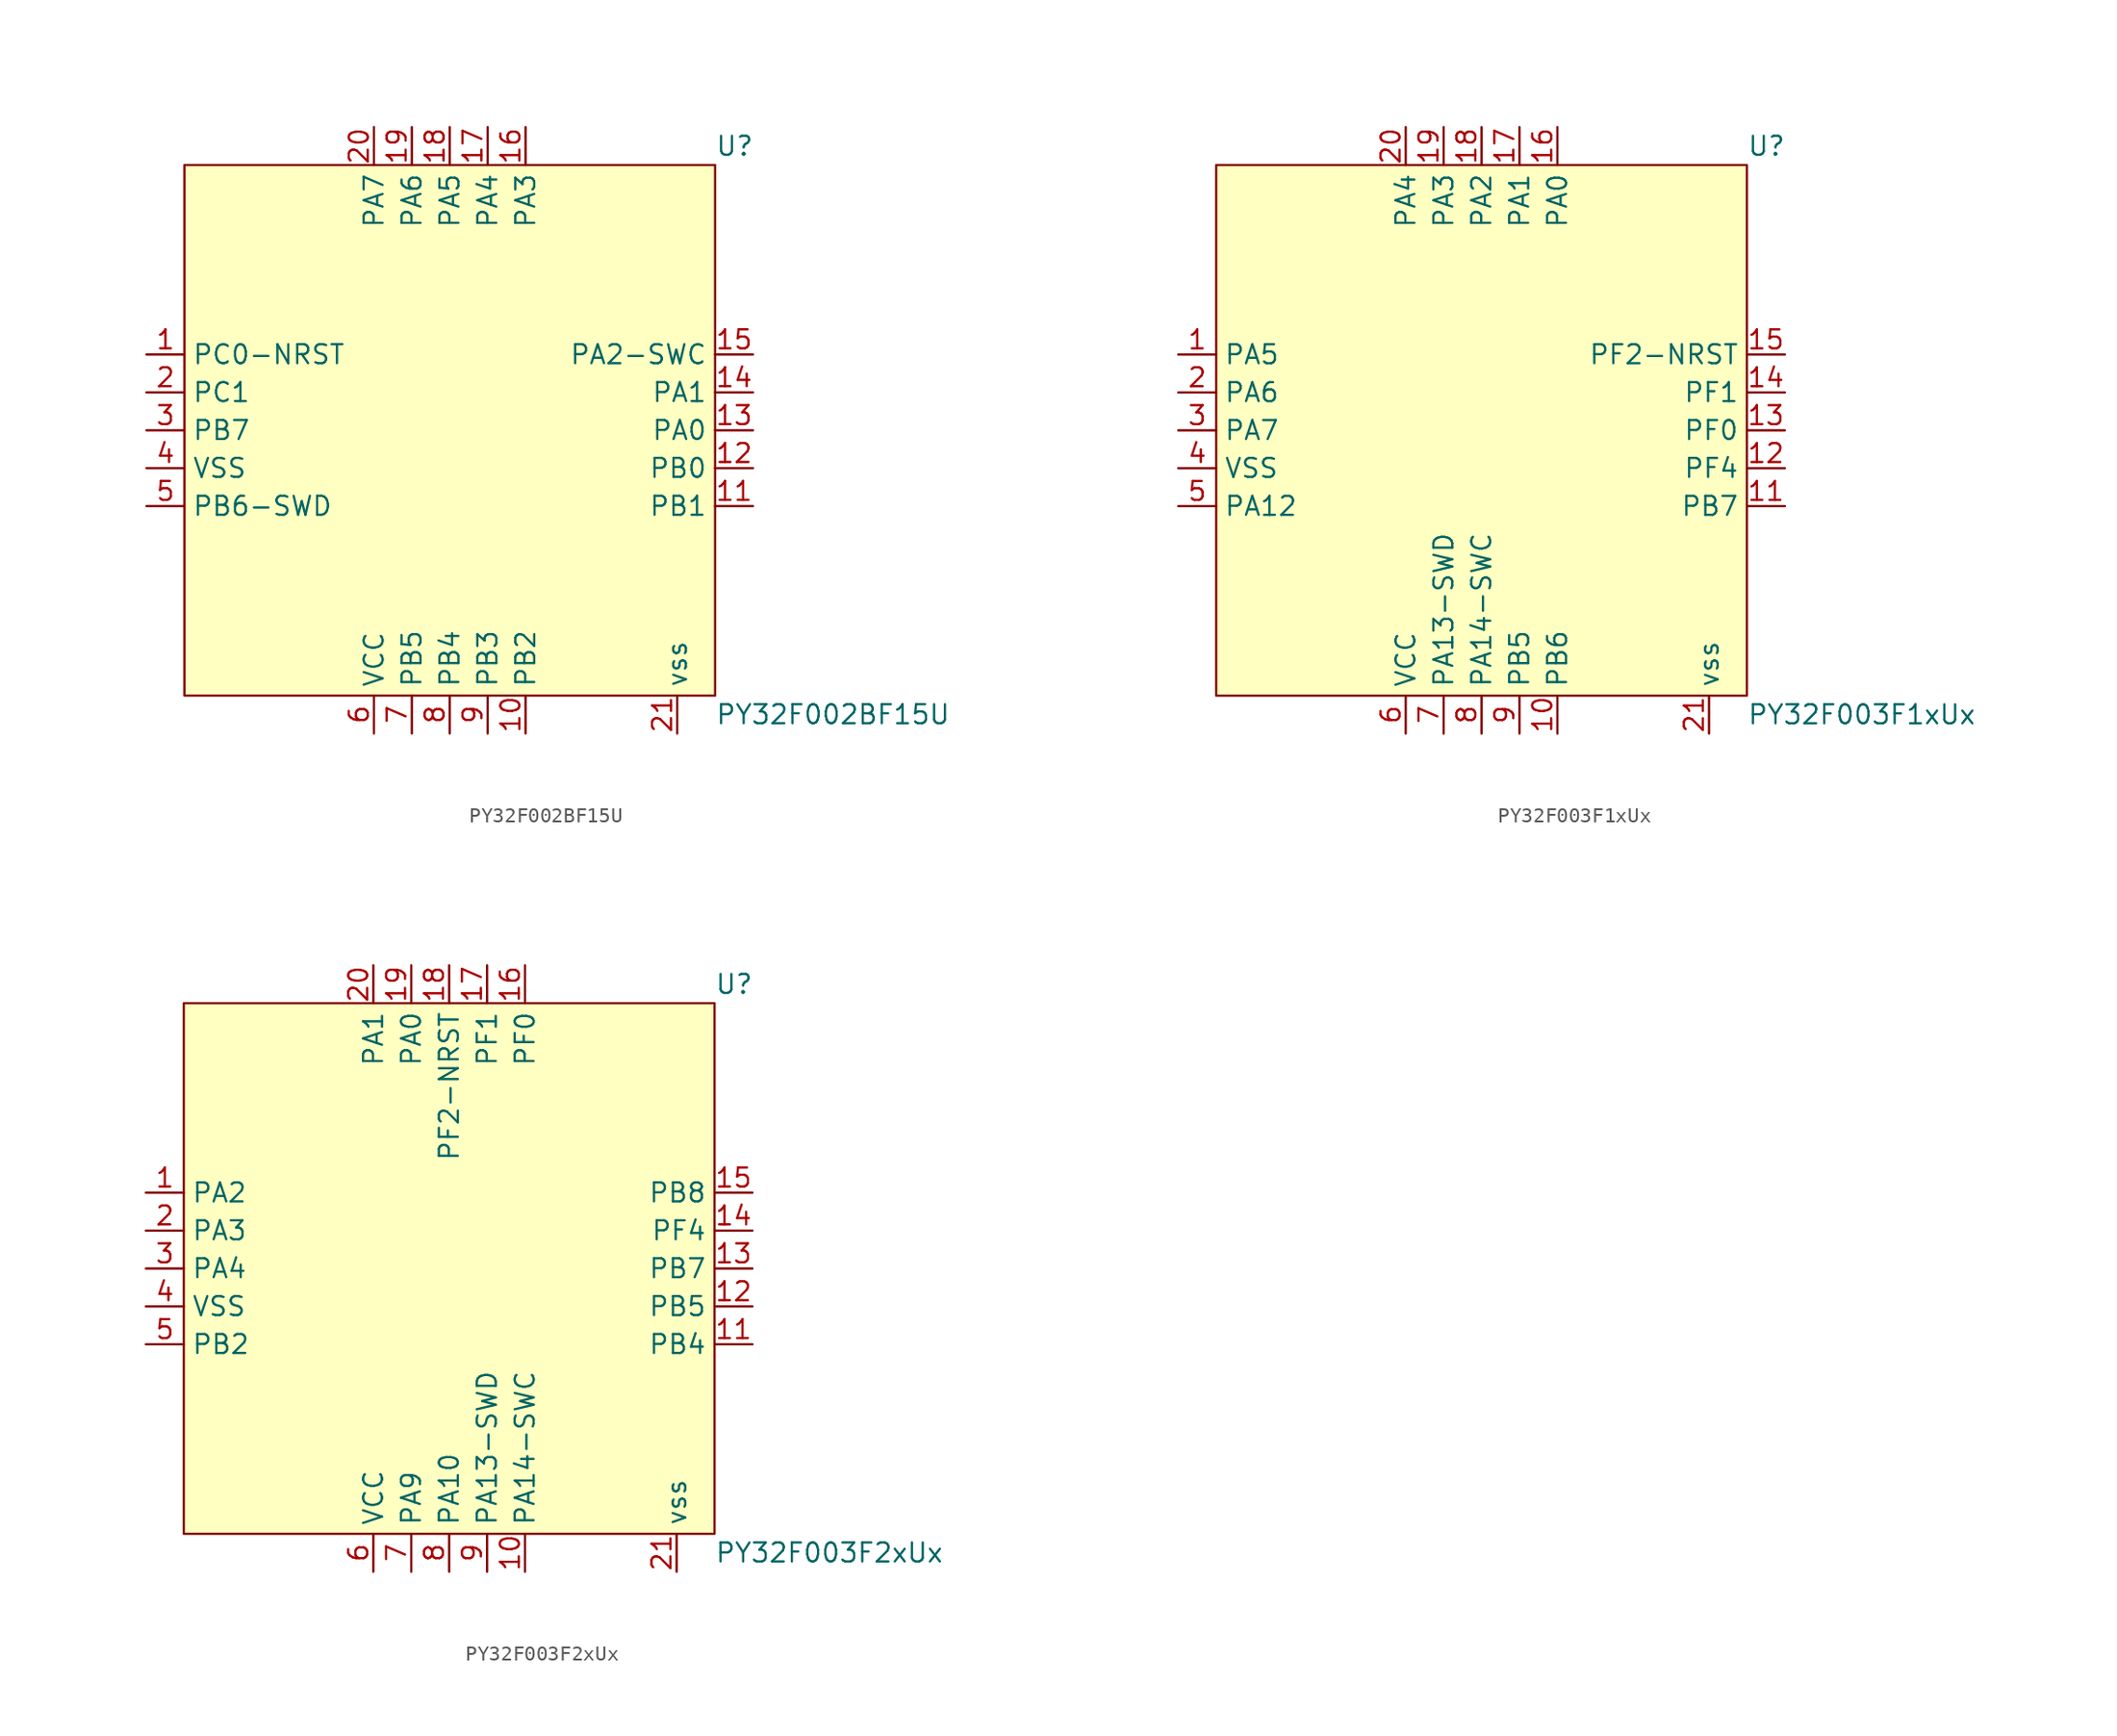
<source format=kicad_sym>
(kicad_symbol_lib
  (version 20241209)
  (generator "kicad_symbol_editor")
  (generator_version "9.0")
  (symbol "PY32F002BF15U"
    (property "Reference" "U"
      (at 17.78 19.05 0)
      (effects (font (size 1.27 1.27)) (justify left)))
    (property "Value" "PY32F002BF15U"
      (at 17.78 -19.05 0)
      (effects (font (size 1.27 1.27)) (justify left)))
    (symbol "PY32F002BF15U_0_0"
      (pin unspecified line (at -20.32 5.08 0) (length 2.54) (name "PC0-NRST" (effects (font (size 1.27 1.27)))) (number "1" (effects (font (size 1.27 1.27)))))
      (pin unspecified line (at -20.32 2.54 0) (length 2.54) (name "PC1" (effects (font (size 1.27 1.27)))) (number "2" (effects (font (size 1.27 1.27)))))
      (pin unspecified line (at -20.32 0 0) (length 2.54) (name "PB7" (effects (font (size 1.27 1.27)))) (number "3" (effects (font (size 1.27 1.27)))))
      (pin unspecified line (at -20.32 -2.54 0) (length 2.54) (name "VSS" (effects (font (size 1.27 1.27)))) (number "4" (effects (font (size 1.27 1.27)))))
      (pin unspecified line (at -20.32 -5.08 0) (length 2.54) (name "PB6-SWD" (effects (font (size 1.27 1.27)))) (number "5" (effects (font (size 1.27 1.27)))))
      (pin unspecified line (at -5.08 20.32 270) (length 2.54) (name "PA7" (effects (font (size 1.27 1.27)))) (number "20" (effects (font (size 1.27 1.27)))))
      (pin unspecified line (at -5.08 -20.32 90) (length 2.54) (name "VCC" (effects (font (size 1.27 1.27)))) (number "6" (effects (font (size 1.27 1.27)))))
      (pin unspecified line (at -2.54 20.32 270) (length 2.54) (name "PA6" (effects (font (size 1.27 1.27)))) (number "19" (effects (font (size 1.27 1.27)))))
      (pin unspecified line (at -2.54 -20.32 90) (length 2.54) (name "PB5" (effects (font (size 1.27 1.27)))) (number "7" (effects (font (size 1.27 1.27)))))
      (pin unspecified line (at 0 20.32 270) (length 2.54) (name "PA5" (effects (font (size 1.27 1.27)))) (number "18" (effects (font (size 1.27 1.27)))))
      (pin unspecified line (at 0 -20.32 90) (length 2.54) (name "PB4" (effects (font (size 1.27 1.27)))) (number "8" (effects (font (size 1.27 1.27)))))
      (pin unspecified line (at 2.54 20.32 270) (length 2.54) (name "PA4" (effects (font (size 1.27 1.27)))) (number "17" (effects (font (size 1.27 1.27)))))
      (pin unspecified line (at 2.54 -20.32 90) (length 2.54) (name "PB3" (effects (font (size 1.27 1.27)))) (number "9" (effects (font (size 1.27 1.27)))))
      (pin unspecified line (at 5.08 20.32 270) (length 2.54) (name "PA3" (effects (font (size 1.27 1.27)))) (number "16" (effects (font (size 1.27 1.27)))))
      (pin unspecified line (at 5.08 -20.32 90) (length 2.54) (name "PB2" (effects (font (size 1.27 1.27)))) (number "10" (effects (font (size 1.27 1.27)))))
      (pin unspecified line (at 20.32 5.08 180) (length 2.54) (name "PA2-SWC" (effects (font (size 1.27 1.27)))) (number "15" (effects (font (size 1.27 1.27)))))
      (pin unspecified line (at 20.32 2.54 180) (length 2.54) (name "PA1" (effects (font (size 1.27 1.27)))) (number "14" (effects (font (size 1.27 1.27)))))
      (pin unspecified line (at 20.32 0 180) (length 2.54) (name "PA0" (effects (font (size 1.27 1.27)))) (number "13" (effects (font (size 1.27 1.27)))))
      (pin unspecified line (at 20.32 -2.54 180) (length 2.54) (name "PB0" (effects (font (size 1.27 1.27)))) (number "12" (effects (font (size 1.27 1.27)))))
      (pin unspecified line (at 20.32 -5.08 180) (length 2.54) (name "PB1" (effects (font (size 1.27 1.27)))) (number "11" (effects (font (size 1.27 1.27))))))
    (symbol "PY32F002BF15U_1_0"
      (pin unspecified line (at 15.24 -20.32 90) (length 2.54) (name "vss" (effects (font (size 1.27 1.27)))) (number "21" (effects (font (size 1.27 1.27))))))
    (symbol "PY32F002BF15U_1_1"
      (rectangle (start -17.78 17.78) (end 17.78 -17.78) (stroke (width 0) (type solid)) (fill (type background)))))
  (symbol "PY32F003F1xUx"
    (property "Reference" "U"
      (at 17.78 19.05 0)
      (effects (font (size 1.27 1.27)) (justify left)))
    (property "Value" "PY32F003F1xUx"
      (at 17.78 -19.05 0)
      (effects (font (size 1.27 1.27)) (justify left)))
    (symbol "PY32F003F1xUx_0_0"
      (pin unspecified line (at -20.32 5.08 0) (length 2.54) (name "PA5" (effects (font (size 1.27 1.27)))) (number "1" (effects (font (size 1.27 1.27)))))
      (pin unspecified line (at -20.32 2.54 0) (length 2.54) (name "PA6" (effects (font (size 1.27 1.27)))) (number "2" (effects (font (size 1.27 1.27)))))
      (pin unspecified line (at -20.32 0 0) (length 2.54) (name "PA7" (effects (font (size 1.27 1.27)))) (number "3" (effects (font (size 1.27 1.27)))))
      (pin unspecified line (at -20.32 -2.54 0) (length 2.54) (name "VSS" (effects (font (size 1.27 1.27)))) (number "4" (effects (font (size 1.27 1.27)))))
      (pin unspecified line (at -20.32 -5.08 0) (length 2.54) (name "PA12" (effects (font (size 1.27 1.27)))) (number "5" (effects (font (size 1.27 1.27)))))
      (pin unspecified line (at -5.08 20.32 270) (length 2.54) (name "PA4" (effects (font (size 1.27 1.27)))) (number "20" (effects (font (size 1.27 1.27)))))
      (pin unspecified line (at -5.08 -20.32 90) (length 2.54) (name "VCC" (effects (font (size 1.27 1.27)))) (number "6" (effects (font (size 1.27 1.27)))))
      (pin unspecified line (at -2.54 20.32 270) (length 2.54) (name "PA3" (effects (font (size 1.27 1.27)))) (number "19" (effects (font (size 1.27 1.27)))))
      (pin unspecified line (at -2.54 -20.32 90) (length 2.54) (name "PA13-SWD" (effects (font (size 1.27 1.27)))) (number "7" (effects (font (size 1.27 1.27)))))
      (pin unspecified line (at 0 20.32 270) (length 2.54) (name "PA2" (effects (font (size 1.27 1.27)))) (number "18" (effects (font (size 1.27 1.27)))))
      (pin unspecified line (at 0 -20.32 90) (length 2.54) (name "PA14-SWC" (effects (font (size 1.27 1.27)))) (number "8" (effects (font (size 1.27 1.27)))))
      (pin unspecified line (at 2.54 20.32 270) (length 2.54) (name "PA1" (effects (font (size 1.27 1.27)))) (number "17" (effects (font (size 1.27 1.27)))))
      (pin unspecified line (at 2.54 -20.32 90) (length 2.54) (name "PB5" (effects (font (size 1.27 1.27)))) (number "9" (effects (font (size 1.27 1.27)))))
      (pin unspecified line (at 5.08 20.32 270) (length 2.54) (name "PA0" (effects (font (size 1.27 1.27)))) (number "16" (effects (font (size 1.27 1.27)))))
      (pin unspecified line (at 5.08 -20.32 90) (length 2.54) (name "PB6" (effects (font (size 1.27 1.27)))) (number "10" (effects (font (size 1.27 1.27)))))
      (pin unspecified line (at 20.32 5.08 180) (length 2.54) (name "PF2-NRST" (effects (font (size 1.27 1.27)))) (number "15" (effects (font (size 1.27 1.27)))))
      (pin unspecified line (at 20.32 2.54 180) (length 2.54) (name "PF1" (effects (font (size 1.27 1.27)))) (number "14" (effects (font (size 1.27 1.27)))))
      (pin unspecified line (at 20.32 0 180) (length 2.54) (name "PF0" (effects (font (size 1.27 1.27)))) (number "13" (effects (font (size 1.27 1.27)))))
      (pin unspecified line (at 20.32 -2.54 180) (length 2.54) (name "PF4" (effects (font (size 1.27 1.27)))) (number "12" (effects (font (size 1.27 1.27)))))
      (pin unspecified line (at 20.32 -5.08 180) (length 2.54) (name "PB7" (effects (font (size 1.27 1.27)))) (number "11" (effects (font (size 1.27 1.27))))))
    (symbol "PY32F003F1xUx_1_0"
      (pin unspecified line (at 15.24 -20.32 90) (length 2.54) (name "vss" (effects (font (size 1.27 1.27)))) (number "21" (effects (font (size 1.27 1.27))))))
    (symbol "PY32F003F1xUx_1_1"
      (rectangle (start -17.78 17.78) (end 17.78 -17.78) (stroke (width 0) (type solid)) (fill (type background)))))
  (symbol "PY32F003F2xUx"
    (property "Reference" "U"
      (at 17.78 19.05 0)
      (effects (font (size 1.27 1.27)) (justify left)))
    (property "Value" "PY32F003F2xUx"
      (at 17.78 -19.05 0)
      (effects (font (size 1.27 1.27)) (justify left)))
    (symbol "PY32F003F2xUx_0_0"
      (pin unspecified line (at -20.32 5.08 0) (length 2.54) (name "PA2" (effects (font (size 1.27 1.27)))) (number "1" (effects (font (size 1.27 1.27)))))
      (pin unspecified line (at -20.32 2.54 0) (length 2.54) (name "PA3" (effects (font (size 1.27 1.27)))) (number "2" (effects (font (size 1.27 1.27)))))
      (pin unspecified line (at -20.32 0 0) (length 2.54) (name "PA4" (effects (font (size 1.27 1.27)))) (number "3" (effects (font (size 1.27 1.27)))))
      (pin unspecified line (at -20.32 -2.54 0) (length 2.54) (name "VSS" (effects (font (size 1.27 1.27)))) (number "4" (effects (font (size 1.27 1.27)))))
      (pin unspecified line (at -20.32 -5.08 0) (length 2.54) (name "PB2" (effects (font (size 1.27 1.27)))) (number "5" (effects (font (size 1.27 1.27)))))
      (pin unspecified line (at -5.08 20.32 270) (length 2.54) (name "PA1" (effects (font (size 1.27 1.27)))) (number "20" (effects (font (size 1.27 1.27)))))
      (pin unspecified line (at -5.08 -20.32 90) (length 2.54) (name "VCC" (effects (font (size 1.27 1.27)))) (number "6" (effects (font (size 1.27 1.27)))))
      (pin unspecified line (at -2.54 20.32 270) (length 2.54) (name "PA0" (effects (font (size 1.27 1.27)))) (number "19" (effects (font (size 1.27 1.27)))))
      (pin unspecified line (at -2.54 -20.32 90) (length 2.54) (name "PA9" (effects (font (size 1.27 1.27)))) (number "7" (effects (font (size 1.27 1.27)))))
      (pin unspecified line (at 0 20.32 270) (length 2.54) (name "PF2-NRST" (effects (font (size 1.27 1.27)))) (number "18" (effects (font (size 1.27 1.27)))))
      (pin unspecified line (at 0 -20.32 90) (length 2.54) (name "PA10" (effects (font (size 1.27 1.27)))) (number "8" (effects (font (size 1.27 1.27)))))
      (pin unspecified line (at 2.54 20.32 270) (length 2.54) (name "PF1" (effects (font (size 1.27 1.27)))) (number "17" (effects (font (size 1.27 1.27)))))
      (pin unspecified line (at 2.54 -20.32 90) (length 2.54) (name "PA13-SWD" (effects (font (size 1.27 1.27)))) (number "9" (effects (font (size 1.27 1.27)))))
      (pin unspecified line (at 5.08 20.32 270) (length 2.54) (name "PF0" (effects (font (size 1.27 1.27)))) (number "16" (effects (font (size 1.27 1.27)))))
      (pin unspecified line (at 5.08 -20.32 90) (length 2.54) (name "PA14-SWC" (effects (font (size 1.27 1.27)))) (number "10" (effects (font (size 1.27 1.27)))))
      (pin unspecified line (at 20.32 5.08 180) (length 2.54) (name "PB8" (effects (font (size 1.27 1.27)))) (number "15" (effects (font (size 1.27 1.27)))))
      (pin unspecified line (at 20.32 2.54 180) (length 2.54) (name "PF4" (effects (font (size 1.27 1.27)))) (number "14" (effects (font (size 1.27 1.27)))))
      (pin unspecified line (at 20.32 0 180) (length 2.54) (name "PB7" (effects (font (size 1.27 1.27)))) (number "13" (effects (font (size 1.27 1.27)))))
      (pin unspecified line (at 20.32 -2.54 180) (length 2.54) (name "PB5" (effects (font (size 1.27 1.27)))) (number "12" (effects (font (size 1.27 1.27)))))
      (pin unspecified line (at 20.32 -5.08 180) (length 2.54) (name "PB4" (effects (font (size 1.27 1.27)))) (number "11" (effects (font (size 1.27 1.27))))))
    (symbol "PY32F003F2xUx_1_0"
      (pin unspecified line (at 15.24 -20.32 90) (length 2.54) (name "vss" (effects (font (size 1.27 1.27)))) (number "21" (effects (font (size 1.27 1.27))))))
    (symbol "PY32F003F2xUx_1_1"
      (rectangle (start -17.78 17.78) (end 17.78 -17.78) (stroke (width 0) (type solid)) (fill (type background))))))
</source>
